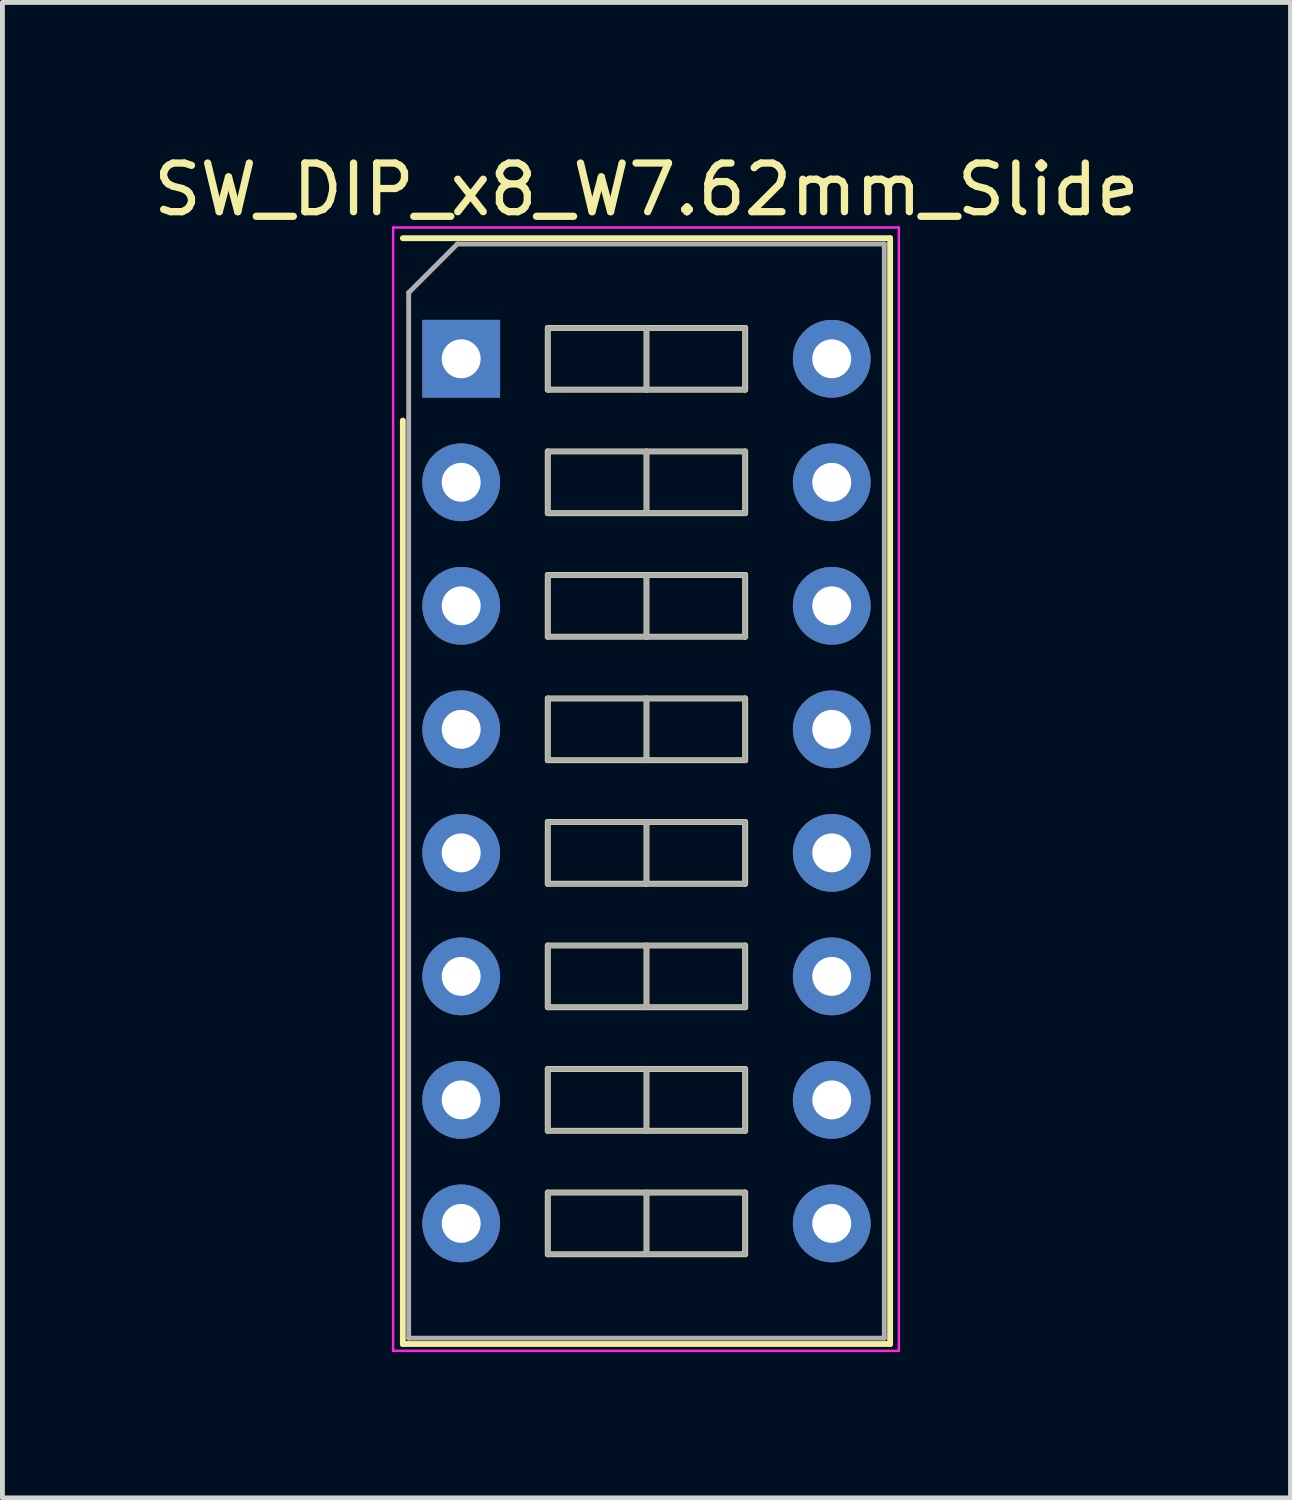
<source format=kicad_pcb>
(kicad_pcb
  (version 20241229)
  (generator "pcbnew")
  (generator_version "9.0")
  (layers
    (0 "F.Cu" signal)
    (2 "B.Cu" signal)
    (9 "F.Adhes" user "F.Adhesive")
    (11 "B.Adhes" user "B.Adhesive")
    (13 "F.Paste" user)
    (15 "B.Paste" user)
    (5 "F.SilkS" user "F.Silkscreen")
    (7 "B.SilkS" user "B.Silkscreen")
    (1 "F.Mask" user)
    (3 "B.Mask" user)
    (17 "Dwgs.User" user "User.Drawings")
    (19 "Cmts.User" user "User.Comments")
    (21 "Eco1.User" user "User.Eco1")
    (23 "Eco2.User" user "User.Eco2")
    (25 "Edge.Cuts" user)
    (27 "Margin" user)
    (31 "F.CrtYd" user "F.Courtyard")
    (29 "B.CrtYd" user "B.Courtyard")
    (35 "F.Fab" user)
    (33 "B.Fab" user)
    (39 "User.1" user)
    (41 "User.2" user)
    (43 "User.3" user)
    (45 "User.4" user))
  (footprint "SW_DIP_x8_W7.62mm_Slide"
    (layer "F.Cu")
    (at 6.434 4.328)
    (property "Reference" "SW_DIP_x8_W7.62mm_Slide" (at 3.81 -3.48 0) (layer "F.SilkS") (effects (font (size 1 1) (thickness 0.15))))
    (attr through_hole)
    (fp_line (start -1.2 -2.48) (end 8.82 -2.48) (stroke (width 0.12) (type solid)) (layer "F.SilkS"))
    (fp_line (start -1.2 20.26) (end -1.2 1.27) (stroke (width 0.12) (type solid)) (layer "F.SilkS"))
    (fp_line (start 1.78 -0.635) (end 1.78 0.635) (stroke (width 0.12) (type solid)) (layer "F.SilkS"))
    (fp_line (start 1.78 0.635) (end 5.84 0.635) (stroke (width 0.12) (type solid)) (layer "F.SilkS"))
    (fp_line (start 1.78 1.905) (end 1.78 3.175) (stroke (width 0.12) (type solid)) (layer "F.SilkS"))
    (fp_line (start 1.78 3.175) (end 5.84 3.175) (stroke (width 0.12) (type solid)) (layer "F.SilkS"))
    (fp_line (start 1.78 4.445) (end 1.78 5.715) (stroke (width 0.12) (type solid)) (layer "F.SilkS"))
    (fp_line (start 1.78 5.715) (end 5.84 5.715) (stroke (width 0.12) (type solid)) (layer "F.SilkS"))
    (fp_line (start 1.78 6.985) (end 1.78 8.255) (stroke (width 0.12) (type solid)) (layer "F.SilkS"))
    (fp_line (start 1.78 8.255) (end 5.84 8.255) (stroke (width 0.12) (type solid)) (layer "F.SilkS"))
    (fp_line (start 1.78 9.525) (end 1.78 10.795) (stroke (width 0.12) (type solid)) (layer "F.SilkS"))
    (fp_line (start 1.78 10.795) (end 5.84 10.795) (stroke (width 0.12) (type solid)) (layer "F.SilkS"))
    (fp_line (start 1.78 12.065) (end 1.78 13.335) (stroke (width 0.12) (type solid)) (layer "F.SilkS"))
    (fp_line (start 1.78 13.335) (end 5.84 13.335) (stroke (width 0.12) (type solid)) (layer "F.SilkS"))
    (fp_line (start 1.78 14.605) (end 1.78 15.875) (stroke (width 0.12) (type solid)) (layer "F.SilkS"))
    (fp_line (start 1.78 15.875) (end 5.84 15.875) (stroke (width 0.12) (type solid)) (layer "F.SilkS"))
    (fp_line (start 1.78 17.145) (end 1.78 18.415) (stroke (width 0.12) (type solid)) (layer "F.SilkS"))
    (fp_line (start 1.78 18.415) (end 5.84 18.415) (stroke (width 0.12) (type solid)) (layer "F.SilkS"))
    (fp_line (start 3.81 -0.635) (end 3.81 0.635) (stroke (width 0.12) (type solid)) (layer "F.SilkS"))
    (fp_line (start 3.81 1.905) (end 3.81 3.175) (stroke (width 0.12) (type solid)) (layer "F.SilkS"))
    (fp_line (start 3.81 4.445) (end 3.81 5.715) (stroke (width 0.12) (type solid)) (layer "F.SilkS"))
    (fp_line (start 3.81 6.985) (end 3.81 8.255) (stroke (width 0.12) (type solid)) (layer "F.SilkS"))
    (fp_line (start 3.81 9.525) (end 3.81 10.795) (stroke (width 0.12) (type solid)) (layer "F.SilkS"))
    (fp_line (start 3.81 12.065) (end 3.81 13.335) (stroke (width 0.12) (type solid)) (layer "F.SilkS"))
    (fp_line (start 3.81 14.605) (end 3.81 15.875) (stroke (width 0.12) (type solid)) (layer "F.SilkS"))
    (fp_line (start 3.81 17.145) (end 3.81 18.415) (stroke (width 0.12) (type solid)) (layer "F.SilkS"))
    (fp_line (start 5.84 -0.635) (end 1.78 -0.635) (stroke (width 0.12) (type solid)) (layer "F.SilkS"))
    (fp_line (start 5.84 0.635) (end 5.84 -0.635) (stroke (width 0.12) (type solid)) (layer "F.SilkS"))
    (fp_line (start 5.84 1.905) (end 1.78 1.905) (stroke (width 0.12) (type solid)) (layer "F.SilkS"))
    (fp_line (start 5.84 3.175) (end 5.84 1.905) (stroke (width 0.12) (type solid)) (layer "F.SilkS"))
    (fp_line (start 5.84 4.445) (end 1.78 4.445) (stroke (width 0.12) (type solid)) (layer "F.SilkS"))
    (fp_line (start 5.84 5.715) (end 5.84 4.445) (stroke (width 0.12) (type solid)) (layer "F.SilkS"))
    (fp_line (start 5.84 6.985) (end 1.78 6.985) (stroke (width 0.12) (type solid)) (layer "F.SilkS"))
    (fp_line (start 5.84 8.255) (end 5.84 6.985) (stroke (width 0.12) (type solid)) (layer "F.SilkS"))
    (fp_line (start 5.84 9.525) (end 1.78 9.525) (stroke (width 0.12) (type solid)) (layer "F.SilkS"))
    (fp_line (start 5.84 10.795) (end 5.84 9.525) (stroke (width 0.12) (type solid)) (layer "F.SilkS"))
    (fp_line (start 5.84 12.065) (end 1.78 12.065) (stroke (width 0.12) (type solid)) (layer "F.SilkS"))
    (fp_line (start 5.84 13.335) (end 5.84 12.065) (stroke (width 0.12) (type solid)) (layer "F.SilkS"))
    (fp_line (start 5.84 14.605) (end 1.78 14.605) (stroke (width 0.12) (type solid)) (layer "F.SilkS"))
    (fp_line (start 5.84 15.875) (end 5.84 14.605) (stroke (width 0.12) (type solid)) (layer "F.SilkS"))
    (fp_line (start 5.84 17.145) (end 1.78 17.145) (stroke (width 0.12) (type solid)) (layer "F.SilkS"))
    (fp_line (start 5.84 18.415) (end 5.84 17.145) (stroke (width 0.12) (type solid)) (layer "F.SilkS"))
    (fp_line (start 8.82 -2.48) (end 8.82 20.26) (stroke (width 0.12) (type solid)) (layer "F.SilkS"))
    (fp_line (start 8.82 20.26) (end -1.2 20.26) (stroke (width 0.12) (type solid)) (layer "F.SilkS"))
    (fp_line (start -1.4 -2.7) (end -1.4 20.4) (stroke (width 0.05) (type solid)) (layer "F.CrtYd"))
    (fp_line (start -1.4 20.4) (end 9 20.4) (stroke (width 0.05) (type solid)) (layer "F.CrtYd"))
    (fp_line (start 9 -2.7) (end -1.4 -2.7) (stroke (width 0.05) (type solid)) (layer "F.CrtYd"))
    (fp_line (start 9 20.4) (end 9 -2.7) (stroke (width 0.05) (type solid)) (layer "F.CrtYd"))
    (fp_line (start -1.08 -1.36) (end -0.08 -2.36) (stroke (width 0.1) (type solid)) (layer "F.Fab"))
    (fp_line (start -1.08 20.14) (end -1.08 -1.36) (stroke (width 0.1) (type solid)) (layer "F.Fab"))
    (fp_line (start -0.08 -2.36) (end 8.7 -2.36) (stroke (width 0.1) (type solid)) (layer "F.Fab"))
    (fp_line (start 1.78 -0.635) (end 1.78 0.635) (stroke (width 0.1) (type solid)) (layer "F.Fab"))
    (fp_line (start 1.78 0.635) (end 5.84 0.635) (stroke (width 0.1) (type solid)) (layer "F.Fab"))
    (fp_line (start 1.78 1.905) (end 1.78 3.175) (stroke (width 0.1) (type solid)) (layer "F.Fab"))
    (fp_line (start 1.78 3.175) (end 5.84 3.175) (stroke (width 0.1) (type solid)) (layer "F.Fab"))
    (fp_line (start 1.78 4.445) (end 1.78 5.715) (stroke (width 0.1) (type solid)) (layer "F.Fab"))
    (fp_line (start 1.78 5.715) (end 5.84 5.715) (stroke (width 0.1) (type solid)) (layer "F.Fab"))
    (fp_line (start 1.78 6.985) (end 1.78 8.255) (stroke (width 0.1) (type solid)) (layer "F.Fab"))
    (fp_line (start 1.78 8.255) (end 5.84 8.255) (stroke (width 0.1) (type solid)) (layer "F.Fab"))
    (fp_line (start 1.78 9.525) (end 1.78 10.795) (stroke (width 0.1) (type solid)) (layer "F.Fab"))
    (fp_line (start 1.78 10.795) (end 5.84 10.795) (stroke (width 0.1) (type solid)) (layer "F.Fab"))
    (fp_line (start 1.78 12.065) (end 1.78 13.335) (stroke (width 0.1) (type solid)) (layer "F.Fab"))
    (fp_line (start 1.78 13.335) (end 5.84 13.335) (stroke (width 0.1) (type solid)) (layer "F.Fab"))
    (fp_line (start 1.78 14.605) (end 1.78 15.875) (stroke (width 0.1) (type solid)) (layer "F.Fab"))
    (fp_line (start 1.78 15.875) (end 5.84 15.875) (stroke (width 0.1) (type solid)) (layer "F.Fab"))
    (fp_line (start 1.78 17.145) (end 1.78 18.415) (stroke (width 0.1) (type solid)) (layer "F.Fab"))
    (fp_line (start 1.78 18.415) (end 5.84 18.415) (stroke (width 0.1) (type solid)) (layer "F.Fab"))
    (fp_line (start 3.81 -0.635) (end 3.81 0.635) (stroke (width 0.1) (type solid)) (layer "F.Fab"))
    (fp_line (start 3.81 1.905) (end 3.81 3.175) (stroke (width 0.1) (type solid)) (layer "F.Fab"))
    (fp_line (start 3.81 4.445) (end 3.81 5.715) (stroke (width 0.1) (type solid)) (layer "F.Fab"))
    (fp_line (start 3.81 6.985) (end 3.81 8.255) (stroke (width 0.1) (type solid)) (layer "F.Fab"))
    (fp_line (start 3.81 9.525) (end 3.81 10.795) (stroke (width 0.1) (type solid)) (layer "F.Fab"))
    (fp_line (start 3.81 12.065) (end 3.81 13.335) (stroke (width 0.1) (type solid)) (layer "F.Fab"))
    (fp_line (start 3.81 14.605) (end 3.81 15.875) (stroke (width 0.1) (type solid)) (layer "F.Fab"))
    (fp_line (start 3.81 17.145) (end 3.81 18.415) (stroke (width 0.1) (type solid)) (layer "F.Fab"))
    (fp_line (start 5.84 -0.635) (end 1.78 -0.635) (stroke (width 0.1) (type solid)) (layer "F.Fab"))
    (fp_line (start 5.84 0.635) (end 5.84 -0.635) (stroke (width 0.1) (type solid)) (layer "F.Fab"))
    (fp_line (start 5.84 1.905) (end 1.78 1.905) (stroke (width 0.1) (type solid)) (layer "F.Fab"))
    (fp_line (start 5.84 3.175) (end 5.84 1.905) (stroke (width 0.1) (type solid)) (layer "F.Fab"))
    (fp_line (start 5.84 4.445) (end 1.78 4.445) (stroke (width 0.1) (type solid)) (layer "F.Fab"))
    (fp_line (start 5.84 5.715) (end 5.84 4.445) (stroke (width 0.1) (type solid)) (layer "F.Fab"))
    (fp_line (start 5.84 6.985) (end 1.78 6.985) (stroke (width 0.1) (type solid)) (layer "F.Fab"))
    (fp_line (start 5.84 8.255) (end 5.84 6.985) (stroke (width 0.1) (type solid)) (layer "F.Fab"))
    (fp_line (start 5.84 9.525) (end 1.78 9.525) (stroke (width 0.1) (type solid)) (layer "F.Fab"))
    (fp_line (start 5.84 10.795) (end 5.84 9.525) (stroke (width 0.1) (type solid)) (layer "F.Fab"))
    (fp_line (start 5.84 12.065) (end 1.78 12.065) (stroke (width 0.1) (type solid)) (layer "F.Fab"))
    (fp_line (start 5.84 13.335) (end 5.84 12.065) (stroke (width 0.1) (type solid)) (layer "F.Fab"))
    (fp_line (start 5.84 14.605) (end 1.78 14.605) (stroke (width 0.1) (type solid)) (layer "F.Fab"))
    (fp_line (start 5.84 15.875) (end 5.84 14.605) (stroke (width 0.1) (type solid)) (layer "F.Fab"))
    (fp_line (start 5.84 17.145) (end 1.78 17.145) (stroke (width 0.1) (type solid)) (layer "F.Fab"))
    (fp_line (start 5.84 18.415) (end 5.84 17.145) (stroke (width 0.1) (type solid)) (layer "F.Fab"))
    (fp_line (start 8.7 -2.36) (end 8.7 20.14) (stroke (width 0.1) (type solid)) (layer "F.Fab"))
    (fp_line (start 8.7 20.14) (end -1.08 20.14) (stroke (width 0.1) (type solid)) (layer "F.Fab"))
    (pad "1" thru_hole rect (at 0 0) (size 1.6 1.6) (drill 0.8) (layers "*.Cu" "*.Mask"))
    (pad "2" thru_hole oval (at 0 2.54) (size 1.6 1.6) (drill 0.8) (layers "*.Cu" "*.Mask"))
    (pad "3" thru_hole oval (at 0 5.08) (size 1.6 1.6) (drill 0.8) (layers "*.Cu" "*.Mask"))
    (pad "4" thru_hole oval (at 0 7.62) (size 1.6 1.6) (drill 0.8) (layers "*.Cu" "*.Mask"))
    (pad "5" thru_hole oval (at 0 10.16) (size 1.6 1.6) (drill 0.8) (layers "*.Cu" "*.Mask"))
    (pad "6" thru_hole oval (at 0 12.7) (size 1.6 1.6) (drill 0.8) (layers "*.Cu" "*.Mask"))
    (pad "7" thru_hole oval (at 0 15.24) (size 1.6 1.6) (drill 0.8) (layers "*.Cu" "*.Mask"))
    (pad "8" thru_hole oval (at 0 17.78) (size 1.6 1.6) (drill 0.8) (layers "*.Cu" "*.Mask"))
    (pad "9" thru_hole oval (at 7.62 17.78) (size 1.6 1.6) (drill 0.8) (layers "*.Cu" "*.Mask"))
    (pad "10" thru_hole oval (at 7.62 15.24) (size 1.6 1.6) (drill 0.8) (layers "*.Cu" "*.Mask"))
    (pad "11" thru_hole oval (at 7.62 12.7) (size 1.6 1.6) (drill 0.8) (layers "*.Cu" "*.Mask"))
    (pad "12" thru_hole oval (at 7.62 10.16) (size 1.6 1.6) (drill 0.8) (layers "*.Cu" "*.Mask"))
    (pad "13" thru_hole oval (at 7.62 7.62) (size 1.6 1.6) (drill 0.8) (layers "*.Cu" "*.Mask"))
    (pad "14" thru_hole oval (at 7.62 5.08) (size 1.6 1.6) (drill 0.8) (layers "*.Cu" "*.Mask"))
    (pad "15" thru_hole oval (at 7.62 2.54) (size 1.6 1.6) (drill 0.8) (layers "*.Cu" "*.Mask"))
    (pad "16" thru_hole oval (at 7.62 0) (size 1.6 1.6) (drill 0.8) (layers "*.Cu" "*.Mask")))
  (gr_rect
    (start -3 -3)
    (end 23.488 27.753)
    (stroke (width 0.1) (type default))
    (fill no)
    (layer "Edge.Cuts")))
</source>
